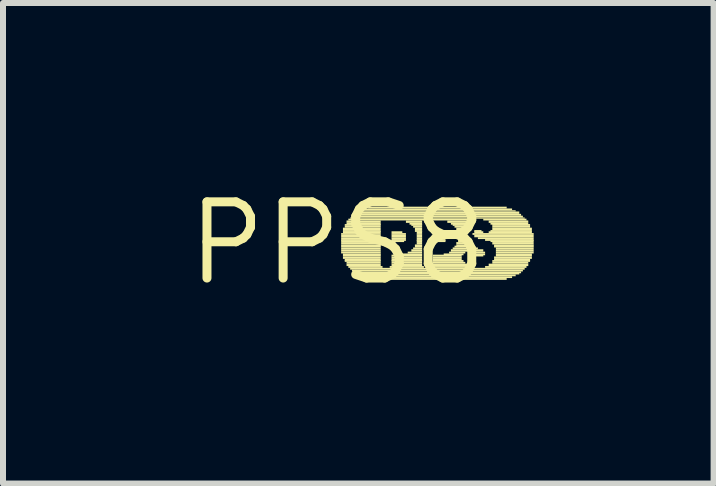
<source format=kicad_pcb>
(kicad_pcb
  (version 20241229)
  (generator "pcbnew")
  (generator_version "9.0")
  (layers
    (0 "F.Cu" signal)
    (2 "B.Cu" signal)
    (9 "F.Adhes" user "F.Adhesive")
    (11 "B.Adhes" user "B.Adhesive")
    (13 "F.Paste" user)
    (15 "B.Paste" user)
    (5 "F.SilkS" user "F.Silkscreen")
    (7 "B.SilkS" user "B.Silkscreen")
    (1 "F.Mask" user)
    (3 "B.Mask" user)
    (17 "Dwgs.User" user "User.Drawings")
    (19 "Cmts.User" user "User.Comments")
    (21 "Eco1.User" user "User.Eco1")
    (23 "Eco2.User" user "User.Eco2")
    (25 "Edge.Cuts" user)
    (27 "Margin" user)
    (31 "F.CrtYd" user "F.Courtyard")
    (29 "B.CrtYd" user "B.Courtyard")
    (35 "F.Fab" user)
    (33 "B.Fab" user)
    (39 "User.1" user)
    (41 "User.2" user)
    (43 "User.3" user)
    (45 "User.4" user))
  (footprint "PPS8"
    (layer "F.Cu")
    (at 2.578 1.006)
    (property "Reference" "PPS8" (at 0 0 0) (layer "F.SilkS") (effects (font (size 1.27 1.27) (thickness 0.15))))
    (attr through_hole)
    (fp_poly (pts (xy 0.06 -0.14) (xy 0.72 -0.14) (xy 0.72 -0.17) (xy 0.06 -0.17)) (stroke (width 0) (type solid)) (fill yes) (layer "F.SilkS"))
    (fp_poly (pts (xy 0.06 -0.1) (xy 0.72 -0.1) (xy 0.72 -0.14) (xy 0.06 -0.14)) (stroke (width 0) (type solid)) (fill yes) (layer "F.SilkS"))
    (fp_poly (pts (xy 0.06 -0.07) (xy 0.72 -0.07) (xy 0.72 -0.1) (xy 0.06 -0.1)) (stroke (width 0) (type solid)) (fill yes) (layer "F.SilkS"))
    (fp_poly (pts (xy 0.06 -0.04) (xy 0.72 -0.04) (xy 0.72 -0.07) (xy 0.06 -0.07)) (stroke (width 0) (type solid)) (fill yes) (layer "F.SilkS"))
    (fp_poly (pts (xy 0.06 -0.02) (xy 0.72 -0.02) (xy 0.72 -0.05) (xy 0.06 -0.05)) (stroke (width 0) (type solid)) (fill yes) (layer "F.SilkS"))
    (fp_poly (pts (xy 0.06 0.02) (xy 0.72 0.02) (xy 0.72 -0.02) (xy 0.06 -0.02)) (stroke (width 0) (type solid)) (fill yes) (layer "F.SilkS"))
    (fp_poly (pts (xy 0.06 0.05) (xy 0.72 0.05) (xy 0.72 0.02) (xy 0.06 0.02)) (stroke (width 0) (type solid)) (fill yes) (layer "F.SilkS"))
    (fp_poly (pts (xy 0.06 0.07) (xy 0.72 0.07) (xy 0.72 0.04) (xy 0.06 0.04)) (stroke (width 0) (type solid)) (fill yes) (layer "F.SilkS"))
    (fp_poly (pts (xy 0.06 0.1) (xy 0.72 0.1) (xy 0.72 0.07) (xy 0.06 0.07)) (stroke (width 0) (type solid)) (fill yes) (layer "F.SilkS"))
    (fp_poly (pts (xy 0.06 0.14) (xy 0.72 0.14) (xy 0.72 0.1) (xy 0.06 0.1)) (stroke (width 0) (type solid)) (fill yes) (layer "F.SilkS"))
    (fp_poly (pts (xy 0.06 0.17) (xy 0.72 0.17) (xy 0.72 0.14) (xy 0.06 0.14)) (stroke (width 0) (type solid)) (fill yes) (layer "F.SilkS"))
    (fp_poly (pts (xy 0.09 -0.22) (xy 0.72 -0.22) (xy 0.72 -0.26) (xy 0.09 -0.26)) (stroke (width 0) (type solid)) (fill yes) (layer "F.SilkS"))
    (fp_poly (pts (xy 0.09 -0.19) (xy 0.72 -0.19) (xy 0.72 -0.22) (xy 0.09 -0.22)) (stroke (width 0) (type solid)) (fill yes) (layer "F.SilkS"))
    (fp_poly (pts (xy 0.09 -0.17) (xy 0.72 -0.17) (xy 0.72 -0.2) (xy 0.09 -0.2)) (stroke (width 0) (type solid)) (fill yes) (layer "F.SilkS"))
    (fp_poly (pts (xy 0.09 0.2) (xy 0.72 0.2) (xy 0.72 0.17) (xy 0.09 0.17)) (stroke (width 0) (type solid)) (fill yes) (layer "F.SilkS"))
    (fp_poly (pts (xy 0.09 0.22) (xy 0.72 0.22) (xy 0.72 0.19) (xy 0.09 0.19)) (stroke (width 0) (type solid)) (fill yes) (layer "F.SilkS"))
    (fp_poly (pts (xy 0.09 0.26) (xy 0.72 0.26) (xy 0.72 0.22) (xy 0.09 0.22)) (stroke (width 0) (type solid)) (fill yes) (layer "F.SilkS"))
    (fp_poly (pts (xy 0.12 -0.29) (xy 0.72 -0.29) (xy 0.72 -0.32) (xy 0.12 -0.32)) (stroke (width 0) (type solid)) (fill yes) (layer "F.SilkS"))
    (fp_poly (pts (xy 0.12 -0.26) (xy 0.72 -0.26) (xy 0.72 -0.29) (xy 0.12 -0.29)) (stroke (width 0) (type solid)) (fill yes) (layer "F.SilkS"))
    (fp_poly (pts (xy 0.12 0.29) (xy 0.72 0.29) (xy 0.72 0.26) (xy 0.12 0.26)) (stroke (width 0) (type solid)) (fill yes) (layer "F.SilkS"))
    (fp_poly (pts (xy 0.12 0.31) (xy 0.72 0.31) (xy 0.72 0.28) (xy 0.12 0.28)) (stroke (width 0) (type solid)) (fill yes) (layer "F.SilkS"))
    (fp_poly (pts (xy 0.15 -0.34) (xy 0.72 -0.34) (xy 0.72 -0.38) (xy 0.15 -0.38)) (stroke (width 0) (type solid)) (fill yes) (layer "F.SilkS"))
    (fp_poly (pts (xy 0.15 -0.31) (xy 0.72 -0.31) (xy 0.72 -0.34) (xy 0.15 -0.34)) (stroke (width 0) (type solid)) (fill yes) (layer "F.SilkS"))
    (fp_poly (pts (xy 0.15 0.34) (xy 0.72 0.34) (xy 0.72 0.31) (xy 0.15 0.31)) (stroke (width 0) (type solid)) (fill yes) (layer "F.SilkS"))
    (fp_poly (pts (xy 0.15 0.38) (xy 0.72 0.38) (xy 0.72 0.34) (xy 0.15 0.34)) (stroke (width 0) (type solid)) (fill yes) (layer "F.SilkS"))
    (fp_poly (pts (xy 0.18 -0.38) (xy 2.25 -0.38) (xy 2.25 -0.41) (xy 0.18 -0.41)) (stroke (width 0) (type solid)) (fill yes) (layer "F.SilkS"))
    (fp_poly (pts (xy 0.18 0.41) (xy 0.75 0.41) (xy 0.75 0.38) (xy 0.18 0.38)) (stroke (width 0) (type solid)) (fill yes) (layer "F.SilkS"))
    (fp_poly (pts (xy 0.21 -0.41) (xy 3.12 -0.41) (xy 3.12 -0.43) (xy 0.21 -0.43)) (stroke (width 0) (type solid)) (fill yes) (layer "F.SilkS"))
    (fp_poly (pts (xy 0.21 0.44) (xy 3.12 0.44) (xy 3.12 0.41) (xy 0.21 0.41)) (stroke (width 0) (type solid)) (fill yes) (layer "F.SilkS"))
    (fp_poly (pts (xy 0.24 -0.43) (xy 3.09 -0.43) (xy 3.09 -0.46) (xy 0.24 -0.46)) (stroke (width 0) (type solid)) (fill yes) (layer "F.SilkS"))
    (fp_poly (pts (xy 0.24 0.47) (xy 3.09 0.47) (xy 3.09 0.44) (xy 0.24 0.44)) (stroke (width 0) (type solid)) (fill yes) (layer "F.SilkS"))
    (fp_poly (pts (xy 0.27 -0.46) (xy 3.06 -0.46) (xy 3.06 -0.49) (xy 0.27 -0.49)) (stroke (width 0) (type solid)) (fill yes) (layer "F.SilkS"))
    (fp_poly (pts (xy 0.27 0.5) (xy 3.06 0.5) (xy 3.06 0.47) (xy 0.27 0.47)) (stroke (width 0) (type solid)) (fill yes) (layer "F.SilkS"))
    (fp_poly (pts (xy 0.3 -0.49) (xy 3.03 -0.49) (xy 3.03 -0.53) (xy 0.3 -0.53)) (stroke (width 0) (type solid)) (fill yes) (layer "F.SilkS"))
    (fp_poly (pts (xy 0.3 0.52) (xy 3.03 0.52) (xy 3.03 0.49) (xy 0.3 0.49)) (stroke (width 0) (type solid)) (fill yes) (layer "F.SilkS"))
    (fp_poly (pts (xy 0.36 -0.53) (xy 2.97 -0.53) (xy 2.97 -0.55) (xy 0.36 -0.55)) (stroke (width 0) (type solid)) (fill yes) (layer "F.SilkS"))
    (fp_poly (pts (xy 0.36 0.55) (xy 2.97 0.55) (xy 2.97 0.52) (xy 0.36 0.52)) (stroke (width 0) (type solid)) (fill yes) (layer "F.SilkS"))
    (fp_poly (pts (xy 0.42 -0.55) (xy 2.91 -0.55) (xy 2.91 -0.58) (xy 0.42 -0.58)) (stroke (width 0) (type solid)) (fill yes) (layer "F.SilkS"))
    (fp_poly (pts (xy 0.42 0.58) (xy 2.91 0.58) (xy 2.91 0.55) (xy 0.42 0.55)) (stroke (width 0) (type solid)) (fill yes) (layer "F.SilkS"))
    (fp_poly (pts (xy 0.51 -0.58) (xy 2.82 -0.58) (xy 2.82 -0.61) (xy 0.51 -0.61)) (stroke (width 0) (type solid)) (fill yes) (layer "F.SilkS"))
    (fp_poly (pts (xy 0.51 0.61) (xy 2.82 0.61) (xy 2.82 0.58) (xy 0.51 0.58)) (stroke (width 0) (type solid)) (fill yes) (layer "F.SilkS"))
    (fp_poly (pts (xy 0.87 0.41) (xy 1.44 0.41) (xy 1.44 0.38) (xy 0.87 0.38)) (stroke (width 0) (type solid)) (fill yes) (layer "F.SilkS"))
    (fp_poly (pts (xy 0.9 -0.17) (xy 1.08 -0.17) (xy 1.08 -0.2) (xy 0.9 -0.2)) (stroke (width 0) (type solid)) (fill yes) (layer "F.SilkS"))
    (fp_poly (pts (xy 0.9 -0.14) (xy 1.14 -0.14) (xy 1.14 -0.17) (xy 0.9 -0.17)) (stroke (width 0) (type solid)) (fill yes) (layer "F.SilkS"))
    (fp_poly (pts (xy 0.9 -0.1) (xy 1.14 -0.1) (xy 1.14 -0.14) (xy 0.9 -0.14)) (stroke (width 0) (type solid)) (fill yes) (layer "F.SilkS"))
    (fp_poly (pts (xy 0.9 -0.07) (xy 1.14 -0.07) (xy 1.14 -0.1) (xy 0.9 -0.1)) (stroke (width 0) (type solid)) (fill yes) (layer "F.SilkS"))
    (fp_poly (pts (xy 0.9 -0.04) (xy 1.14 -0.04) (xy 1.14 -0.07) (xy 0.9 -0.07)) (stroke (width 0) (type solid)) (fill yes) (layer "F.SilkS"))
    (fp_poly (pts (xy 0.9 -0.02) (xy 1.11 -0.02) (xy 1.11 -0.05) (xy 0.9 -0.05)) (stroke (width 0) (type solid)) (fill yes) (layer "F.SilkS"))
    (fp_poly (pts (xy 0.9 0.22) (xy 1.41 0.22) (xy 1.41 0.19) (xy 0.9 0.19)) (stroke (width 0) (type solid)) (fill yes) (layer "F.SilkS"))
    (fp_poly (pts (xy 0.9 0.26) (xy 1.41 0.26) (xy 1.41 0.22) (xy 0.9 0.22)) (stroke (width 0) (type solid)) (fill yes) (layer "F.SilkS"))
    (fp_poly (pts (xy 0.9 0.29) (xy 1.41 0.29) (xy 1.41 0.26) (xy 0.9 0.26)) (stroke (width 0) (type solid)) (fill yes) (layer "F.SilkS"))
    (fp_poly (pts (xy 0.9 0.31) (xy 1.41 0.31) (xy 1.41 0.28) (xy 0.9 0.28)) (stroke (width 0) (type solid)) (fill yes) (layer "F.SilkS"))
    (fp_poly (pts (xy 0.9 0.34) (xy 1.41 0.34) (xy 1.41 0.31) (xy 0.9 0.31)) (stroke (width 0) (type solid)) (fill yes) (layer "F.SilkS"))
    (fp_poly (pts (xy 0.9 0.38) (xy 1.41 0.38) (xy 1.41 0.34) (xy 0.9 0.34)) (stroke (width 0) (type solid)) (fill yes) (layer "F.SilkS"))
    (fp_poly (pts (xy 1.08 0.2) (xy 1.41 0.2) (xy 1.41 0.17) (xy 1.08 0.17)) (stroke (width 0) (type solid)) (fill yes) (layer "F.SilkS"))
    (fp_poly (pts (xy 1.14 -0.34) (xy 1.41 -0.34) (xy 1.41 -0.38) (xy 1.14 -0.38)) (stroke (width 0) (type solid)) (fill yes) (layer "F.SilkS"))
    (fp_poly (pts (xy 1.17 0.17) (xy 1.41 0.17) (xy 1.41 0.14) (xy 1.17 0.14)) (stroke (width 0) (type solid)) (fill yes) (layer "F.SilkS"))
    (fp_poly (pts (xy 1.2 -0.31) (xy 1.41 -0.31) (xy 1.41 -0.34) (xy 1.2 -0.34)) (stroke (width 0) (type solid)) (fill yes) (layer "F.SilkS"))
    (fp_poly (pts (xy 1.23 -0.29) (xy 1.41 -0.29) (xy 1.41 -0.32) (xy 1.23 -0.32)) (stroke (width 0) (type solid)) (fill yes) (layer "F.SilkS"))
    (fp_poly (pts (xy 1.23 0.14) (xy 1.41 0.14) (xy 1.41 0.1) (xy 1.23 0.1)) (stroke (width 0) (type solid)) (fill yes) (layer "F.SilkS"))
    (fp_poly (pts (xy 1.26 -0.26) (xy 1.41 -0.26) (xy 1.41 -0.29) (xy 1.26 -0.29)) (stroke (width 0) (type solid)) (fill yes) (layer "F.SilkS"))
    (fp_poly (pts (xy 1.26 0.1) (xy 1.41 0.1) (xy 1.41 0.07) (xy 1.26 0.07)) (stroke (width 0) (type solid)) (fill yes) (layer "F.SilkS"))
    (fp_poly (pts (xy 1.29 -0.22) (xy 1.41 -0.22) (xy 1.41 -0.26) (xy 1.29 -0.26)) (stroke (width 0) (type solid)) (fill yes) (layer "F.SilkS"))
    (fp_poly (pts (xy 1.29 -0.19) (xy 1.41 -0.19) (xy 1.41 -0.22) (xy 1.29 -0.22)) (stroke (width 0) (type solid)) (fill yes) (layer "F.SilkS"))
    (fp_poly (pts (xy 1.29 0.05) (xy 1.41 0.05) (xy 1.41 0.02) (xy 1.29 0.02)) (stroke (width 0) (type solid)) (fill yes) (layer "F.SilkS"))
    (fp_poly (pts (xy 1.29 0.07) (xy 1.41 0.07) (xy 1.41 0.04) (xy 1.29 0.04)) (stroke (width 0) (type solid)) (fill yes) (layer "F.SilkS"))
    (fp_poly (pts (xy 1.32 -0.17) (xy 1.41 -0.17) (xy 1.41 -0.2) (xy 1.32 -0.2)) (stroke (width 0) (type solid)) (fill yes) (layer "F.SilkS"))
    (fp_poly (pts (xy 1.32 -0.14) (xy 1.41 -0.14) (xy 1.41 -0.17) (xy 1.32 -0.17)) (stroke (width 0) (type solid)) (fill yes) (layer "F.SilkS"))
    (fp_poly (pts (xy 1.32 -0.1) (xy 1.41 -0.1) (xy 1.41 -0.14) (xy 1.32 -0.14)) (stroke (width 0) (type solid)) (fill yes) (layer "F.SilkS"))
    (fp_poly (pts (xy 1.32 -0.07) (xy 1.41 -0.07) (xy 1.41 -0.1) (xy 1.32 -0.1)) (stroke (width 0) (type solid)) (fill yes) (layer "F.SilkS"))
    (fp_poly (pts (xy 1.32 -0.04) (xy 1.41 -0.04) (xy 1.41 -0.07) (xy 1.32 -0.07)) (stroke (width 0) (type solid)) (fill yes) (layer "F.SilkS"))
    (fp_poly (pts (xy 1.32 -0.02) (xy 1.41 -0.02) (xy 1.41 -0.05) (xy 1.32 -0.05)) (stroke (width 0) (type solid)) (fill yes) (layer "F.SilkS"))
    (fp_poly (pts (xy 1.32 0.02) (xy 1.41 0.02) (xy 1.41 -0.02) (xy 1.32 -0.02)) (stroke (width 0) (type solid)) (fill yes) (layer "F.SilkS"))
    (fp_poly (pts (xy 1.56 0.41) (xy 2.22 0.41) (xy 2.22 0.38) (xy 1.56 0.38)) (stroke (width 0) (type solid)) (fill yes) (layer "F.SilkS"))
    (fp_poly (pts (xy 1.59 -0.17) (xy 1.77 -0.17) (xy 1.77 -0.2) (xy 1.59 -0.2)) (stroke (width 0) (type solid)) (fill yes) (layer "F.SilkS"))
    (fp_poly (pts (xy 1.59 -0.14) (xy 1.8 -0.14) (xy 1.8 -0.17) (xy 1.59 -0.17)) (stroke (width 0) (type solid)) (fill yes) (layer "F.SilkS"))
    (fp_poly (pts (xy 1.59 -0.1) (xy 1.83 -0.1) (xy 1.83 -0.14) (xy 1.59 -0.14)) (stroke (width 0) (type solid)) (fill yes) (layer "F.SilkS"))
    (fp_poly (pts (xy 1.59 -0.07) (xy 1.83 -0.07) (xy 1.83 -0.1) (xy 1.59 -0.1)) (stroke (width 0) (type solid)) (fill yes) (layer "F.SilkS"))
    (fp_poly (pts (xy 1.59 -0.04) (xy 1.8 -0.04) (xy 1.8 -0.07) (xy 1.59 -0.07)) (stroke (width 0) (type solid)) (fill yes) (layer "F.SilkS"))
    (fp_poly (pts (xy 1.59 -0.02) (xy 1.8 -0.02) (xy 1.8 -0.05) (xy 1.59 -0.05)) (stroke (width 0) (type solid)) (fill yes) (layer "F.SilkS"))
    (fp_poly (pts (xy 1.59 0.22) (xy 2.07 0.22) (xy 2.07 0.19) (xy 1.59 0.19)) (stroke (width 0) (type solid)) (fill yes) (layer "F.SilkS"))
    (fp_poly (pts (xy 1.59 0.26) (xy 2.07 0.26) (xy 2.07 0.22) (xy 1.59 0.22)) (stroke (width 0) (type solid)) (fill yes) (layer "F.SilkS"))
    (fp_poly (pts (xy 1.59 0.29) (xy 2.07 0.29) (xy 2.07 0.26) (xy 1.59 0.26)) (stroke (width 0) (type solid)) (fill yes) (layer "F.SilkS"))
    (fp_poly (pts (xy 1.59 0.31) (xy 2.1 0.31) (xy 2.1 0.28) (xy 1.59 0.28)) (stroke (width 0) (type solid)) (fill yes) (layer "F.SilkS"))
    (fp_poly (pts (xy 1.59 0.34) (xy 2.13 0.34) (xy 2.13 0.31) (xy 1.59 0.31)) (stroke (width 0) (type solid)) (fill yes) (layer "F.SilkS"))
    (fp_poly (pts (xy 1.59 0.38) (xy 2.16 0.38) (xy 2.16 0.34) (xy 1.59 0.34)) (stroke (width 0) (type solid)) (fill yes) (layer "F.SilkS"))
    (fp_poly (pts (xy 1.77 0.2) (xy 2.1 0.2) (xy 2.1 0.17) (xy 1.77 0.17)) (stroke (width 0) (type solid)) (fill yes) (layer "F.SilkS"))
    (fp_poly (pts (xy 1.83 -0.34) (xy 2.19 -0.34) (xy 2.19 -0.38) (xy 1.83 -0.38)) (stroke (width 0) (type solid)) (fill yes) (layer "F.SilkS"))
    (fp_poly (pts (xy 1.86 0.17) (xy 2.13 0.17) (xy 2.13 0.14) (xy 1.86 0.14)) (stroke (width 0) (type solid)) (fill yes) (layer "F.SilkS"))
    (fp_poly (pts (xy 1.89 -0.31) (xy 2.16 -0.31) (xy 2.16 -0.34) (xy 1.89 -0.34)) (stroke (width 0) (type solid)) (fill yes) (layer "F.SilkS"))
    (fp_poly (pts (xy 1.89 0.14) (xy 2.43 0.14) (xy 2.43 0.1) (xy 1.89 0.1)) (stroke (width 0) (type solid)) (fill yes) (layer "F.SilkS"))
    (fp_poly (pts (xy 1.92 -0.29) (xy 2.13 -0.29) (xy 2.13 -0.32) (xy 1.92 -0.32)) (stroke (width 0) (type solid)) (fill yes) (layer "F.SilkS"))
    (fp_poly (pts (xy 1.92 0.1) (xy 2.34 0.1) (xy 2.34 0.07) (xy 1.92 0.07)) (stroke (width 0) (type solid)) (fill yes) (layer "F.SilkS"))
    (fp_poly (pts (xy 1.95 -0.26) (xy 2.1 -0.26) (xy 2.1 -0.29) (xy 1.95 -0.29)) (stroke (width 0) (type solid)) (fill yes) (layer "F.SilkS"))
    (fp_poly (pts (xy 1.95 0.07) (xy 2.25 0.07) (xy 2.25 0.04) (xy 1.95 0.04)) (stroke (width 0) (type solid)) (fill yes) (layer "F.SilkS"))
    (fp_poly (pts (xy 1.98 -0.22) (xy 2.1 -0.22) (xy 2.1 -0.26) (xy 1.98 -0.26)) (stroke (width 0) (type solid)) (fill yes) (layer "F.SilkS"))
    (fp_poly (pts (xy 1.98 -0.19) (xy 2.07 -0.19) (xy 2.07 -0.22) (xy 1.98 -0.22)) (stroke (width 0) (type solid)) (fill yes) (layer "F.SilkS"))
    (fp_poly (pts (xy 1.98 -0.17) (xy 2.07 -0.17) (xy 2.07 -0.2) (xy 1.98 -0.2)) (stroke (width 0) (type solid)) (fill yes) (layer "F.SilkS"))
    (fp_poly (pts (xy 1.98 0.02) (xy 2.13 0.02) (xy 2.13 -0.02) (xy 1.98 -0.02)) (stroke (width 0) (type solid)) (fill yes) (layer "F.SilkS"))
    (fp_poly (pts (xy 1.98 0.05) (xy 2.19 0.05) (xy 2.19 0.02) (xy 1.98 0.02)) (stroke (width 0) (type solid)) (fill yes) (layer "F.SilkS"))
    (fp_poly (pts (xy 2.01 -0.14) (xy 2.07 -0.14) (xy 2.07 -0.17) (xy 2.01 -0.17)) (stroke (width 0) (type solid)) (fill yes) (layer "F.SilkS"))
    (fp_poly (pts (xy 2.01 -0.1) (xy 2.07 -0.1) (xy 2.07 -0.14) (xy 2.01 -0.14)) (stroke (width 0) (type solid)) (fill yes) (layer "F.SilkS"))
    (fp_poly (pts (xy 2.01 -0.07) (xy 2.1 -0.07) (xy 2.1 -0.1) (xy 2.01 -0.1)) (stroke (width 0) (type solid)) (fill yes) (layer "F.SilkS"))
    (fp_poly (pts (xy 2.01 -0.04) (xy 2.1 -0.04) (xy 2.1 -0.07) (xy 2.01 -0.07)) (stroke (width 0) (type solid)) (fill yes) (layer "F.SilkS"))
    (fp_poly (pts (xy 2.01 -0.02) (xy 2.13 -0.02) (xy 2.13 -0.05) (xy 2.01 -0.05)) (stroke (width 0) (type solid)) (fill yes) (layer "F.SilkS"))
    (fp_poly (pts (xy 2.19 0.17) (xy 2.46 0.17) (xy 2.46 0.14) (xy 2.19 0.14)) (stroke (width 0) (type solid)) (fill yes) (layer "F.SilkS"))
    (fp_poly (pts (xy 2.25 -0.14) (xy 3.27 -0.14) (xy 3.27 -0.17) (xy 2.25 -0.17)) (stroke (width 0) (type solid)) (fill yes) (layer "F.SilkS"))
    (fp_poly (pts (xy 2.25 0.2) (xy 2.46 0.2) (xy 2.46 0.17) (xy 2.25 0.17)) (stroke (width 0) (type solid)) (fill yes) (layer "F.SilkS"))
    (fp_poly (pts (xy 2.28 -0.19) (xy 2.4 -0.19) (xy 2.4 -0.22) (xy 2.28 -0.22)) (stroke (width 0) (type solid)) (fill yes) (layer "F.SilkS"))
    (fp_poly (pts (xy 2.28 -0.17) (xy 2.43 -0.17) (xy 2.43 -0.2) (xy 2.28 -0.2)) (stroke (width 0) (type solid)) (fill yes) (layer "F.SilkS"))
    (fp_poly (pts (xy 2.28 -0.1) (xy 3.27 -0.1) (xy 3.27 -0.14) (xy 2.28 -0.14)) (stroke (width 0) (type solid)) (fill yes) (layer "F.SilkS"))
    (fp_poly (pts (xy 2.28 0.22) (xy 2.43 0.22) (xy 2.43 0.19) (xy 2.28 0.19)) (stroke (width 0) (type solid)) (fill yes) (layer "F.SilkS"))
    (fp_poly (pts (xy 2.34 -0.07) (xy 3.27 -0.07) (xy 3.27 -0.1) (xy 2.34 -0.1)) (stroke (width 0) (type solid)) (fill yes) (layer "F.SilkS"))
    (fp_poly (pts (xy 2.43 -0.38) (xy 3.15 -0.38) (xy 3.15 -0.41) (xy 2.43 -0.41)) (stroke (width 0) (type solid)) (fill yes) (layer "F.SilkS"))
    (fp_poly (pts (xy 2.46 -0.04) (xy 3.27 -0.04) (xy 3.27 -0.07) (xy 2.46 -0.07)) (stroke (width 0) (type solid)) (fill yes) (layer "F.SilkS"))
    (fp_poly (pts (xy 2.46 0.41) (xy 3.15 0.41) (xy 3.15 0.38) (xy 2.46 0.38)) (stroke (width 0) (type solid)) (fill yes) (layer "F.SilkS"))
    (fp_poly (pts (xy 2.52 -0.34) (xy 3.18 -0.34) (xy 3.18 -0.38) (xy 2.52 -0.38)) (stroke (width 0) (type solid)) (fill yes) (layer "F.SilkS"))
    (fp_poly (pts (xy 2.52 -0.17) (xy 3.24 -0.17) (xy 3.24 -0.2) (xy 2.52 -0.2)) (stroke (width 0) (type solid)) (fill yes) (layer "F.SilkS"))
    (fp_poly (pts (xy 2.52 0.38) (xy 3.18 0.38) (xy 3.18 0.34) (xy 2.52 0.34)) (stroke (width 0) (type solid)) (fill yes) (layer "F.SilkS"))
    (fp_poly (pts (xy 2.55 -0.31) (xy 3.18 -0.31) (xy 3.18 -0.34) (xy 2.55 -0.34)) (stroke (width 0) (type solid)) (fill yes) (layer "F.SilkS"))
    (fp_poly (pts (xy 2.55 -0.19) (xy 3.24 -0.19) (xy 3.24 -0.22) (xy 2.55 -0.22)) (stroke (width 0) (type solid)) (fill yes) (layer "F.SilkS"))
    (fp_poly (pts (xy 2.55 -0.02) (xy 3.27 -0.02) (xy 3.27 -0.05) (xy 2.55 -0.05)) (stroke (width 0) (type solid)) (fill yes) (layer "F.SilkS"))
    (fp_poly (pts (xy 2.58 -0.29) (xy 3.21 -0.29) (xy 3.21 -0.32) (xy 2.58 -0.32)) (stroke (width 0) (type solid)) (fill yes) (layer "F.SilkS"))
    (fp_poly (pts (xy 2.58 -0.26) (xy 3.21 -0.26) (xy 3.21 -0.29) (xy 2.58 -0.29)) (stroke (width 0) (type solid)) (fill yes) (layer "F.SilkS"))
    (fp_poly (pts (xy 2.58 -0.22) (xy 3.24 -0.22) (xy 3.24 -0.26) (xy 2.58 -0.26)) (stroke (width 0) (type solid)) (fill yes) (layer "F.SilkS"))
    (fp_poly (pts (xy 2.58 0.02) (xy 3.27 0.02) (xy 3.27 -0.02) (xy 2.58 -0.02)) (stroke (width 0) (type solid)) (fill yes) (layer "F.SilkS"))
    (fp_poly (pts (xy 2.58 0.31) (xy 3.21 0.31) (xy 3.21 0.28) (xy 2.58 0.28)) (stroke (width 0) (type solid)) (fill yes) (layer "F.SilkS"))
    (fp_poly (pts (xy 2.58 0.34) (xy 3.18 0.34) (xy 3.18 0.31) (xy 2.58 0.31)) (stroke (width 0) (type solid)) (fill yes) (layer "F.SilkS"))
    (fp_poly (pts (xy 2.61 0.05) (xy 3.27 0.05) (xy 3.27 0.02) (xy 2.61 0.02)) (stroke (width 0) (type solid)) (fill yes) (layer "F.SilkS"))
    (fp_poly (pts (xy 2.61 0.07) (xy 3.27 0.07) (xy 3.27 0.04) (xy 2.61 0.04)) (stroke (width 0) (type solid)) (fill yes) (layer "F.SilkS"))
    (fp_poly (pts (xy 2.61 0.26) (xy 3.24 0.26) (xy 3.24 0.22) (xy 2.61 0.22)) (stroke (width 0) (type solid)) (fill yes) (layer "F.SilkS"))
    (fp_poly (pts (xy 2.61 0.29) (xy 3.21 0.29) (xy 3.21 0.26) (xy 2.61 0.26)) (stroke (width 0) (type solid)) (fill yes) (layer "F.SilkS"))
    (fp_poly (pts (xy 2.64 0.1) (xy 3.27 0.1) (xy 3.27 0.07) (xy 2.64 0.07)) (stroke (width 0) (type solid)) (fill yes) (layer "F.SilkS"))
    (fp_poly (pts (xy 2.64 0.14) (xy 3.27 0.14) (xy 3.27 0.1) (xy 2.64 0.1)) (stroke (width 0) (type solid)) (fill yes) (layer "F.SilkS"))
    (fp_poly (pts (xy 2.64 0.17) (xy 3.27 0.17) (xy 3.27 0.14) (xy 2.64 0.14)) (stroke (width 0) (type solid)) (fill yes) (layer "F.SilkS"))
    (fp_poly (pts (xy 2.64 0.2) (xy 3.24 0.2) (xy 3.24 0.17) (xy 2.64 0.17)) (stroke (width 0) (type solid)) (fill yes) (layer "F.SilkS"))
    (fp_poly (pts (xy 2.64 0.22) (xy 3.24 0.22) (xy 3.24 0.19) (xy 2.64 0.19)) (stroke (width 0) (type solid)) (fill yes) (layer "F.SilkS")))
  (gr_rect
    (start -3 -3)
    (end 8.848 5.012)
    (stroke (width 0.1) (type default))
    (fill no)
    (layer "Edge.Cuts")))
</source>
